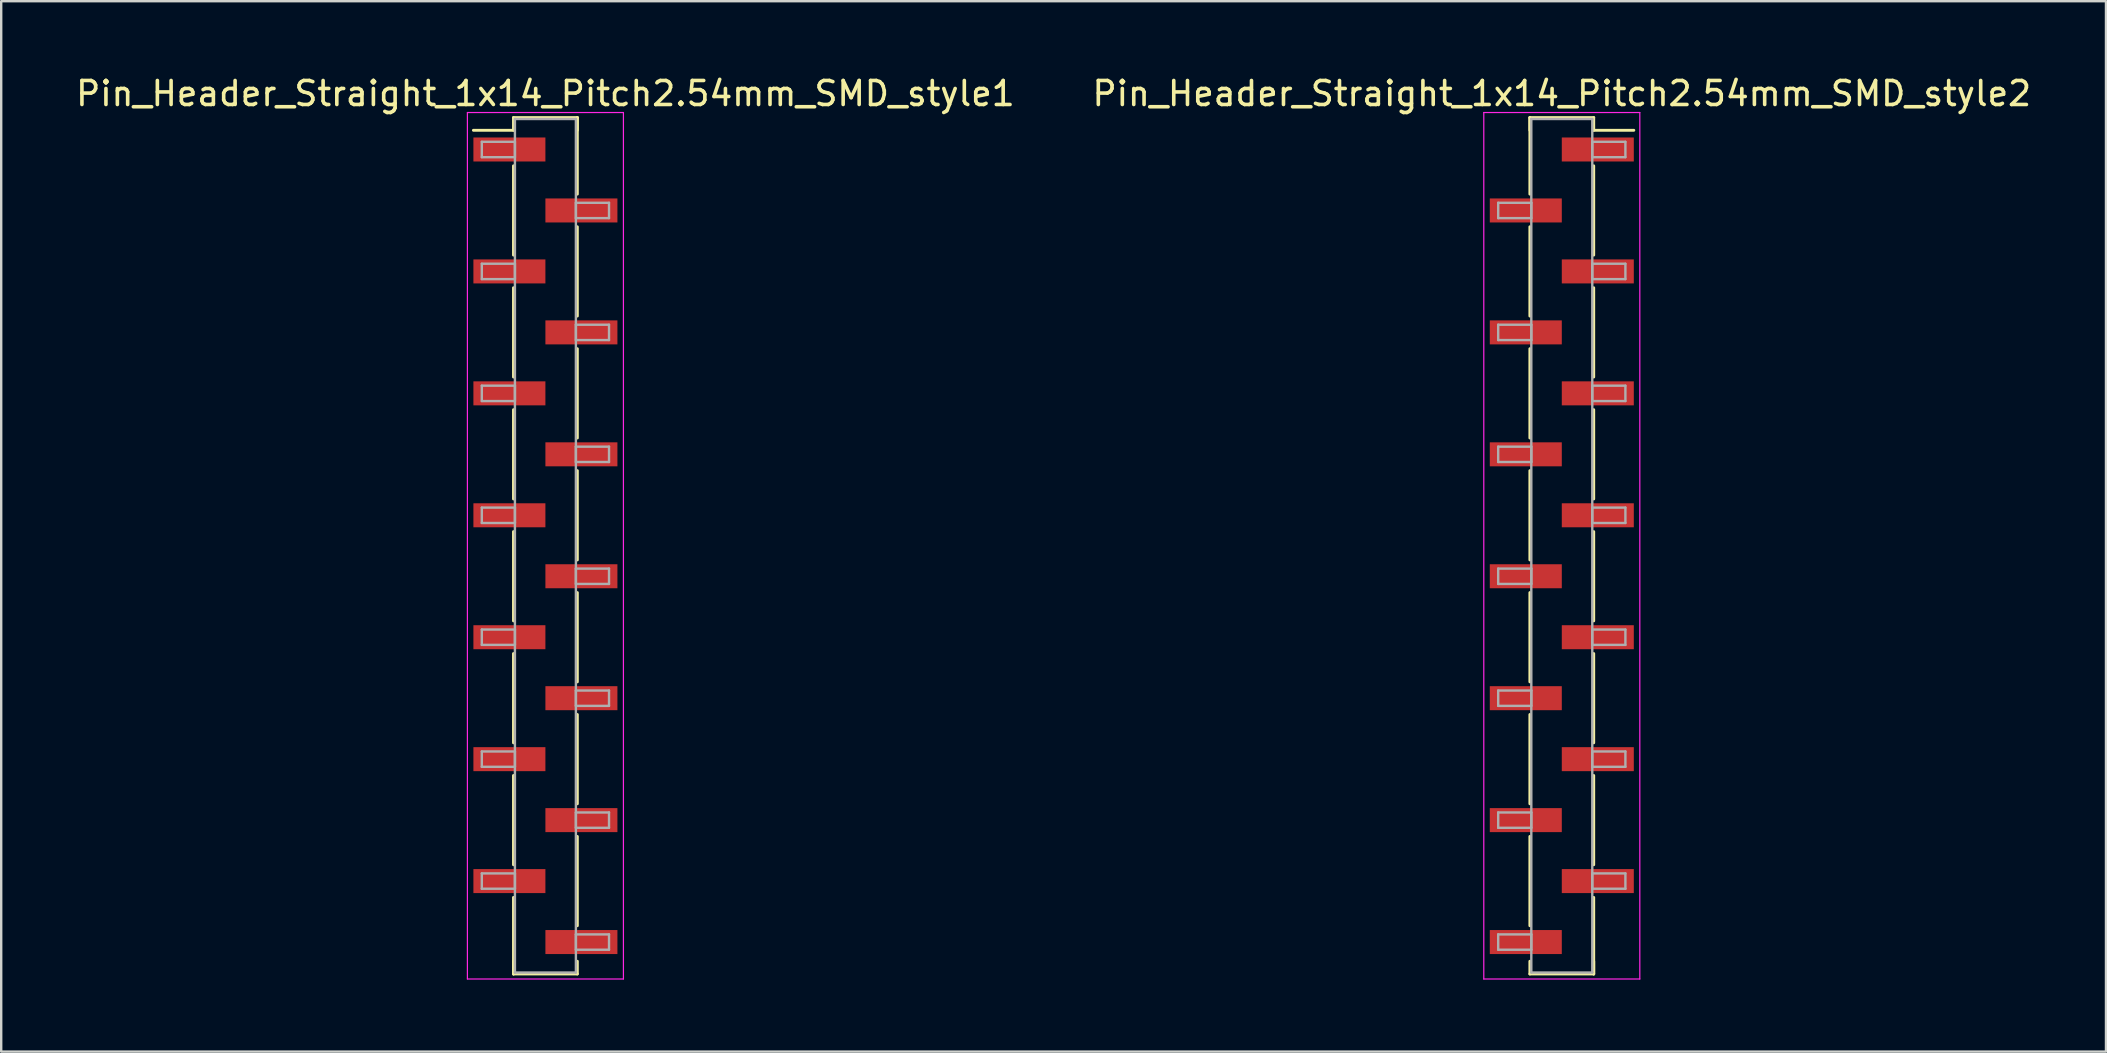
<source format=kicad_pcb>
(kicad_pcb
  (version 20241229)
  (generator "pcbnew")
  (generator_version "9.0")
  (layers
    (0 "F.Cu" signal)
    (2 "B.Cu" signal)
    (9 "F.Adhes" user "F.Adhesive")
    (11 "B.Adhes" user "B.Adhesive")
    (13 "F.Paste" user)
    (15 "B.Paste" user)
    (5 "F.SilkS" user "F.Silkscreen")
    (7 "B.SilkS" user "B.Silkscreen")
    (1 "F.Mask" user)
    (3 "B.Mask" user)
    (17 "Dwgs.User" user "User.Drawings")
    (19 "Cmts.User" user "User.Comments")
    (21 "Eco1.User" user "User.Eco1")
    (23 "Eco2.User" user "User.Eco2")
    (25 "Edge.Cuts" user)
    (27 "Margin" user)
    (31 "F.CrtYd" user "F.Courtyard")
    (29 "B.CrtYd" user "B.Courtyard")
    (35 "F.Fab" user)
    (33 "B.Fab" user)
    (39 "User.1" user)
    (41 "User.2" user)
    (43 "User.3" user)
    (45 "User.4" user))
  (footprint "Pin_Header_Straight_1x14_Pitch2.54mm_SMD_style1"
    (layer "F.Cu")
    (at 19.673 19.688)
    (property "Reference" "Pin_Header_Straight_1x14_Pitch2.54mm_SMD_style1" (at 0 -18.84 0) (layer "F.SilkS") (effects (font (size 1 1) (thickness 0.15))))
    (attr smd)
    (fp_line (start -1.33 -17.84) (end 1.33 -17.84) (stroke (width 0.12) (type solid)) (layer "F.SilkS"))
    (fp_line (start -1.33 -17.31) (end -3 -17.31) (stroke (width 0.12) (type solid)) (layer "F.SilkS"))
    (fp_line (start -1.33 -17.31) (end -1.33 -17.84) (stroke (width 0.12) (type solid)) (layer "F.SilkS"))
    (fp_line (start -1.33 -15.83) (end -1.33 -12.11) (stroke (width 0.12) (type solid)) (layer "F.SilkS"))
    (fp_line (start -1.33 -10.75) (end -1.33 -7.03) (stroke (width 0.12) (type solid)) (layer "F.SilkS"))
    (fp_line (start -1.33 -5.67) (end -1.33 -1.95) (stroke (width 0.12) (type solid)) (layer "F.SilkS"))
    (fp_line (start -1.33 -0.59) (end -1.33 3.13) (stroke (width 0.12) (type solid)) (layer "F.SilkS"))
    (fp_line (start -1.33 4.49) (end -1.33 8.21) (stroke (width 0.12) (type solid)) (layer "F.SilkS"))
    (fp_line (start -1.33 9.57) (end -1.33 13.29) (stroke (width 0.12) (type solid)) (layer "F.SilkS"))
    (fp_line (start -1.33 14.65) (end -1.33 17.84) (stroke (width 0.12) (type solid)) (layer "F.SilkS"))
    (fp_line (start -1.33 17.31) (end -1.33 17.84) (stroke (width 0.12) (type solid)) (layer "F.SilkS"))
    (fp_line (start -1.33 17.84) (end 1.33 17.84) (stroke (width 0.12) (type solid)) (layer "F.SilkS"))
    (fp_line (start 1.33 -17.84) (end 1.33 -17.31) (stroke (width 0.12) (type solid)) (layer "F.SilkS"))
    (fp_line (start 1.33 -17.84) (end 1.33 -14.65) (stroke (width 0.12) (type solid)) (layer "F.SilkS"))
    (fp_line (start 1.33 -13.29) (end 1.33 -9.57) (stroke (width 0.12) (type solid)) (layer "F.SilkS"))
    (fp_line (start 1.33 -8.21) (end 1.33 -4.49) (stroke (width 0.12) (type solid)) (layer "F.SilkS"))
    (fp_line (start 1.33 -3.13) (end 1.33 0.59) (stroke (width 0.12) (type solid)) (layer "F.SilkS"))
    (fp_line (start 1.33 1.95) (end 1.33 5.67) (stroke (width 0.12) (type solid)) (layer "F.SilkS"))
    (fp_line (start 1.33 7.03) (end 1.33 10.75) (stroke (width 0.12) (type solid)) (layer "F.SilkS"))
    (fp_line (start 1.33 12.11) (end 1.33 15.83) (stroke (width 0.12) (type solid)) (layer "F.SilkS"))
    (fp_line (start 1.33 17.84) (end 1.33 17.31) (stroke (width 0.12) (type solid)) (layer "F.SilkS"))
    (fp_line (start -3.25 -18.05) (end -3.25 18.05) (stroke (width 0.05) (type solid)) (layer "F.CrtYd"))
    (fp_line (start -3.25 18.05) (end 3.25 18.05) (stroke (width 0.05) (type solid)) (layer "F.CrtYd"))
    (fp_line (start 3.25 -18.05) (end -3.25 -18.05) (stroke (width 0.05) (type solid)) (layer "F.CrtYd"))
    (fp_line (start 3.25 18.05) (end 3.25 -18.05) (stroke (width 0.05) (type solid)) (layer "F.CrtYd"))
    (fp_line (start -2.65 -16.83) (end -1.27 -16.83) (stroke (width 0.1) (type solid)) (layer "F.Fab"))
    (fp_line (start -2.65 -16.19) (end -2.65 -16.83) (stroke (width 0.1) (type solid)) (layer "F.Fab"))
    (fp_line (start -2.65 -11.75) (end -1.27 -11.75) (stroke (width 0.1) (type solid)) (layer "F.Fab"))
    (fp_line (start -2.65 -11.11) (end -2.65 -11.75) (stroke (width 0.1) (type solid)) (layer "F.Fab"))
    (fp_line (start -2.65 -6.67) (end -1.27 -6.67) (stroke (width 0.1) (type solid)) (layer "F.Fab"))
    (fp_line (start -2.65 -6.03) (end -2.65 -6.67) (stroke (width 0.1) (type solid)) (layer "F.Fab"))
    (fp_line (start -2.65 -1.59) (end -1.27 -1.59) (stroke (width 0.1) (type solid)) (layer "F.Fab"))
    (fp_line (start -2.65 -0.95) (end -2.65 -1.59) (stroke (width 0.1) (type solid)) (layer "F.Fab"))
    (fp_line (start -2.65 3.49) (end -1.27 3.49) (stroke (width 0.1) (type solid)) (layer "F.Fab"))
    (fp_line (start -2.65 4.13) (end -2.65 3.49) (stroke (width 0.1) (type solid)) (layer "F.Fab"))
    (fp_line (start -2.65 8.57) (end -1.27 8.57) (stroke (width 0.1) (type solid)) (layer "F.Fab"))
    (fp_line (start -2.65 9.21) (end -2.65 8.57) (stroke (width 0.1) (type solid)) (layer "F.Fab"))
    (fp_line (start -2.65 13.65) (end -1.27 13.65) (stroke (width 0.1) (type solid)) (layer "F.Fab"))
    (fp_line (start -2.65 14.29) (end -2.65 13.65) (stroke (width 0.1) (type solid)) (layer "F.Fab"))
    (fp_line (start -1.27 -17.78) (end -1.27 17.78) (stroke (width 0.1) (type solid)) (layer "F.Fab"))
    (fp_line (start -1.27 -16.83) (end -1.27 -16.19) (stroke (width 0.1) (type solid)) (layer "F.Fab"))
    (fp_line (start -1.27 -16.19) (end -2.65 -16.19) (stroke (width 0.1) (type solid)) (layer "F.Fab"))
    (fp_line (start -1.27 -11.75) (end -1.27 -11.11) (stroke (width 0.1) (type solid)) (layer "F.Fab"))
    (fp_line (start -1.27 -11.11) (end -2.65 -11.11) (stroke (width 0.1) (type solid)) (layer "F.Fab"))
    (fp_line (start -1.27 -6.67) (end -1.27 -6.03) (stroke (width 0.1) (type solid)) (layer "F.Fab"))
    (fp_line (start -1.27 -6.03) (end -2.65 -6.03) (stroke (width 0.1) (type solid)) (layer "F.Fab"))
    (fp_line (start -1.27 -1.59) (end -1.27 -0.95) (stroke (width 0.1) (type solid)) (layer "F.Fab"))
    (fp_line (start -1.27 -0.95) (end -2.65 -0.95) (stroke (width 0.1) (type solid)) (layer "F.Fab"))
    (fp_line (start -1.27 3.49) (end -1.27 4.13) (stroke (width 0.1) (type solid)) (layer "F.Fab"))
    (fp_line (start -1.27 4.13) (end -2.65 4.13) (stroke (width 0.1) (type solid)) (layer "F.Fab"))
    (fp_line (start -1.27 8.57) (end -1.27 9.21) (stroke (width 0.1) (type solid)) (layer "F.Fab"))
    (fp_line (start -1.27 9.21) (end -2.65 9.21) (stroke (width 0.1) (type solid)) (layer "F.Fab"))
    (fp_line (start -1.27 13.65) (end -1.27 14.29) (stroke (width 0.1) (type solid)) (layer "F.Fab"))
    (fp_line (start -1.27 14.29) (end -2.65 14.29) (stroke (width 0.1) (type solid)) (layer "F.Fab"))
    (fp_line (start -1.27 17.78) (end 1.27 17.78) (stroke (width 0.1) (type solid)) (layer "F.Fab"))
    (fp_line (start 1.27 -17.78) (end -1.27 -17.78) (stroke (width 0.1) (type solid)) (layer "F.Fab"))
    (fp_line (start 1.27 -14.29) (end 1.27 -13.65) (stroke (width 0.1) (type solid)) (layer "F.Fab"))
    (fp_line (start 1.27 -13.65) (end 2.65 -13.65) (stroke (width 0.1) (type solid)) (layer "F.Fab"))
    (fp_line (start 1.27 -9.21) (end 1.27 -8.57) (stroke (width 0.1) (type solid)) (layer "F.Fab"))
    (fp_line (start 1.27 -8.57) (end 2.65 -8.57) (stroke (width 0.1) (type solid)) (layer "F.Fab"))
    (fp_line (start 1.27 -4.13) (end 1.27 -3.49) (stroke (width 0.1) (type solid)) (layer "F.Fab"))
    (fp_line (start 1.27 -3.49) (end 2.65 -3.49) (stroke (width 0.1) (type solid)) (layer "F.Fab"))
    (fp_line (start 1.27 0.95) (end 1.27 1.59) (stroke (width 0.1) (type solid)) (layer "F.Fab"))
    (fp_line (start 1.27 1.59) (end 2.65 1.59) (stroke (width 0.1) (type solid)) (layer "F.Fab"))
    (fp_line (start 1.27 6.03) (end 1.27 6.67) (stroke (width 0.1) (type solid)) (layer "F.Fab"))
    (fp_line (start 1.27 6.67) (end 2.65 6.67) (stroke (width 0.1) (type solid)) (layer "F.Fab"))
    (fp_line (start 1.27 11.11) (end 1.27 11.75) (stroke (width 0.1) (type solid)) (layer "F.Fab"))
    (fp_line (start 1.27 11.75) (end 2.65 11.75) (stroke (width 0.1) (type solid)) (layer "F.Fab"))
    (fp_line (start 1.27 16.19) (end 1.27 16.83) (stroke (width 0.1) (type solid)) (layer "F.Fab"))
    (fp_line (start 1.27 16.83) (end 2.65 16.83) (stroke (width 0.1) (type solid)) (layer "F.Fab"))
    (fp_line (start 1.27 17.78) (end 1.27 -17.78) (stroke (width 0.1) (type solid)) (layer "F.Fab"))
    (fp_line (start 2.65 -14.29) (end 1.27 -14.29) (stroke (width 0.1) (type solid)) (layer "F.Fab"))
    (fp_line (start 2.65 -13.65) (end 2.65 -14.29) (stroke (width 0.1) (type solid)) (layer "F.Fab"))
    (fp_line (start 2.65 -9.21) (end 1.27 -9.21) (stroke (width 0.1) (type solid)) (layer "F.Fab"))
    (fp_line (start 2.65 -8.57) (end 2.65 -9.21) (stroke (width 0.1) (type solid)) (layer "F.Fab"))
    (fp_line (start 2.65 -4.13) (end 1.27 -4.13) (stroke (width 0.1) (type solid)) (layer "F.Fab"))
    (fp_line (start 2.65 -3.49) (end 2.65 -4.13) (stroke (width 0.1) (type solid)) (layer "F.Fab"))
    (fp_line (start 2.65 0.95) (end 1.27 0.95) (stroke (width 0.1) (type solid)) (layer "F.Fab"))
    (fp_line (start 2.65 1.59) (end 2.65 0.95) (stroke (width 0.1) (type solid)) (layer "F.Fab"))
    (fp_line (start 2.65 6.03) (end 1.27 6.03) (stroke (width 0.1) (type solid)) (layer "F.Fab"))
    (fp_line (start 2.65 6.67) (end 2.65 6.03) (stroke (width 0.1) (type solid)) (layer "F.Fab"))
    (fp_line (start 2.65 11.11) (end 1.27 11.11) (stroke (width 0.1) (type solid)) (layer "F.Fab"))
    (fp_line (start 2.65 11.75) (end 2.65 11.11) (stroke (width 0.1) (type solid)) (layer "F.Fab"))
    (fp_line (start 2.65 16.19) (end 1.27 16.19) (stroke (width 0.1) (type solid)) (layer "F.Fab"))
    (fp_line (start 2.65 16.83) (end 2.65 16.19) (stroke (width 0.1) (type solid)) (layer "F.Fab"))
    (pad "1" smd rect (at -1.5 -16.51) (size 3 1) (layers "F.Cu" "F.Mask"))
    (pad "2" smd rect (at 1.5 -13.97) (size 3 1) (layers "F.Cu" "F.Mask"))
    (pad "3" smd rect (at -1.5 -11.43) (size 3 1) (layers "F.Cu" "F.Mask"))
    (pad "4" smd rect (at 1.5 -8.89) (size 3 1) (layers "F.Cu" "F.Mask"))
    (pad "5" smd rect (at -1.5 -6.35) (size 3 1) (layers "F.Cu" "F.Mask"))
    (pad "6" smd rect (at 1.5 -3.81) (size 3 1) (layers "F.Cu" "F.Mask"))
    (pad "7" smd rect (at -1.5 -1.27) (size 3 1) (layers "F.Cu" "F.Mask"))
    (pad "8" smd rect (at 1.5 1.27) (size 3 1) (layers "F.Cu" "F.Mask"))
    (pad "9" smd rect (at -1.5 3.81) (size 3 1) (layers "F.Cu" "F.Mask"))
    (pad "10" smd rect (at 1.5 6.35) (size 3 1) (layers "F.Cu" "F.Mask"))
    (pad "11" smd rect (at -1.5 8.89) (size 3 1) (layers "F.Cu" "F.Mask"))
    (pad "12" smd rect (at 1.5 11.43) (size 3 1) (layers "F.Cu" "F.Mask"))
    (pad "13" smd rect (at -1.5 13.97) (size 3 1) (layers "F.Cu" "F.Mask"))
    (pad "14" smd rect (at 1.5 16.51) (size 3 1) (layers "F.Cu" "F.Mask")))
  (footprint "Pin_Header_Straight_1x14_Pitch2.54mm_SMD_style2"
    (layer "F.Cu")
    (at 62.018 19.688)
    (property "Reference" "Pin_Header_Straight_1x14_Pitch2.54mm_SMD_style2" (at 0 -18.84 0) (layer "F.SilkS") (effects (font (size 1 1) (thickness 0.15))))
    (attr smd)
    (fp_line (start -1.33 -17.84) (end -1.33 -14.65) (stroke (width 0.12) (type solid)) (layer "F.SilkS"))
    (fp_line (start -1.33 -17.84) (end 1.33 -17.84) (stroke (width 0.12) (type solid)) (layer "F.SilkS"))
    (fp_line (start -1.33 -17.31) (end -1.33 -17.84) (stroke (width 0.12) (type solid)) (layer "F.SilkS"))
    (fp_line (start -1.33 -13.29) (end -1.33 -9.57) (stroke (width 0.12) (type solid)) (layer "F.SilkS"))
    (fp_line (start -1.33 -8.21) (end -1.33 -4.49) (stroke (width 0.12) (type solid)) (layer "F.SilkS"))
    (fp_line (start -1.33 -3.13) (end -1.33 0.59) (stroke (width 0.12) (type solid)) (layer "F.SilkS"))
    (fp_line (start -1.33 1.95) (end -1.33 5.67) (stroke (width 0.12) (type solid)) (layer "F.SilkS"))
    (fp_line (start -1.33 7.03) (end -1.33 10.75) (stroke (width 0.12) (type solid)) (layer "F.SilkS"))
    (fp_line (start -1.33 12.11) (end -1.33 15.83) (stroke (width 0.12) (type solid)) (layer "F.SilkS"))
    (fp_line (start -1.33 17.31) (end -1.33 17.84) (stroke (width 0.12) (type solid)) (layer "F.SilkS"))
    (fp_line (start -1.33 17.84) (end 1.33 17.84) (stroke (width 0.12) (type solid)) (layer "F.SilkS"))
    (fp_line (start 1.33 -17.84) (end 1.33 -17.31) (stroke (width 0.12) (type solid)) (layer "F.SilkS"))
    (fp_line (start 1.33 -17.31) (end 3 -17.31) (stroke (width 0.12) (type solid)) (layer "F.SilkS"))
    (fp_line (start 1.33 -15.83) (end 1.33 -12.11) (stroke (width 0.12) (type solid)) (layer "F.SilkS"))
    (fp_line (start 1.33 -10.75) (end 1.33 -7.03) (stroke (width 0.12) (type solid)) (layer "F.SilkS"))
    (fp_line (start 1.33 -5.67) (end 1.33 -1.95) (stroke (width 0.12) (type solid)) (layer "F.SilkS"))
    (fp_line (start 1.33 -0.59) (end 1.33 3.13) (stroke (width 0.12) (type solid)) (layer "F.SilkS"))
    (fp_line (start 1.33 4.49) (end 1.33 8.21) (stroke (width 0.12) (type solid)) (layer "F.SilkS"))
    (fp_line (start 1.33 9.57) (end 1.33 13.29) (stroke (width 0.12) (type solid)) (layer "F.SilkS"))
    (fp_line (start 1.33 14.65) (end 1.33 17.84) (stroke (width 0.12) (type solid)) (layer "F.SilkS"))
    (fp_line (start 1.33 17.84) (end 1.33 17.31) (stroke (width 0.12) (type solid)) (layer "F.SilkS"))
    (fp_line (start -3.25 -18.05) (end -3.25 18.05) (stroke (width 0.05) (type solid)) (layer "F.CrtYd"))
    (fp_line (start -3.25 18.05) (end 3.25 18.05) (stroke (width 0.05) (type solid)) (layer "F.CrtYd"))
    (fp_line (start 3.25 -18.05) (end -3.25 -18.05) (stroke (width 0.05) (type solid)) (layer "F.CrtYd"))
    (fp_line (start 3.25 18.05) (end 3.25 -18.05) (stroke (width 0.05) (type solid)) (layer "F.CrtYd"))
    (fp_line (start -2.65 -14.29) (end -1.27 -14.29) (stroke (width 0.1) (type solid)) (layer "F.Fab"))
    (fp_line (start -2.65 -13.65) (end -2.65 -14.29) (stroke (width 0.1) (type solid)) (layer "F.Fab"))
    (fp_line (start -2.65 -9.21) (end -1.27 -9.21) (stroke (width 0.1) (type solid)) (layer "F.Fab"))
    (fp_line (start -2.65 -8.57) (end -2.65 -9.21) (stroke (width 0.1) (type solid)) (layer "F.Fab"))
    (fp_line (start -2.65 -4.13) (end -1.27 -4.13) (stroke (width 0.1) (type solid)) (layer "F.Fab"))
    (fp_line (start -2.65 -3.49) (end -2.65 -4.13) (stroke (width 0.1) (type solid)) (layer "F.Fab"))
    (fp_line (start -2.65 0.95) (end -1.27 0.95) (stroke (width 0.1) (type solid)) (layer "F.Fab"))
    (fp_line (start -2.65 1.59) (end -2.65 0.95) (stroke (width 0.1) (type solid)) (layer "F.Fab"))
    (fp_line (start -2.65 6.03) (end -1.27 6.03) (stroke (width 0.1) (type solid)) (layer "F.Fab"))
    (fp_line (start -2.65 6.67) (end -2.65 6.03) (stroke (width 0.1) (type solid)) (layer "F.Fab"))
    (fp_line (start -2.65 11.11) (end -1.27 11.11) (stroke (width 0.1) (type solid)) (layer "F.Fab"))
    (fp_line (start -2.65 11.75) (end -2.65 11.11) (stroke (width 0.1) (type solid)) (layer "F.Fab"))
    (fp_line (start -2.65 16.19) (end -1.27 16.19) (stroke (width 0.1) (type solid)) (layer "F.Fab"))
    (fp_line (start -2.65 16.83) (end -2.65 16.19) (stroke (width 0.1) (type solid)) (layer "F.Fab"))
    (fp_line (start -1.27 -17.78) (end -1.27 17.78) (stroke (width 0.1) (type solid)) (layer "F.Fab"))
    (fp_line (start -1.27 -14.29) (end -1.27 -13.65) (stroke (width 0.1) (type solid)) (layer "F.Fab"))
    (fp_line (start -1.27 -13.65) (end -2.65 -13.65) (stroke (width 0.1) (type solid)) (layer "F.Fab"))
    (fp_line (start -1.27 -9.21) (end -1.27 -8.57) (stroke (width 0.1) (type solid)) (layer "F.Fab"))
    (fp_line (start -1.27 -8.57) (end -2.65 -8.57) (stroke (width 0.1) (type solid)) (layer "F.Fab"))
    (fp_line (start -1.27 -4.13) (end -1.27 -3.49) (stroke (width 0.1) (type solid)) (layer "F.Fab"))
    (fp_line (start -1.27 -3.49) (end -2.65 -3.49) (stroke (width 0.1) (type solid)) (layer "F.Fab"))
    (fp_line (start -1.27 0.95) (end -1.27 1.59) (stroke (width 0.1) (type solid)) (layer "F.Fab"))
    (fp_line (start -1.27 1.59) (end -2.65 1.59) (stroke (width 0.1) (type solid)) (layer "F.Fab"))
    (fp_line (start -1.27 6.03) (end -1.27 6.67) (stroke (width 0.1) (type solid)) (layer "F.Fab"))
    (fp_line (start -1.27 6.67) (end -2.65 6.67) (stroke (width 0.1) (type solid)) (layer "F.Fab"))
    (fp_line (start -1.27 11.11) (end -1.27 11.75) (stroke (width 0.1) (type solid)) (layer "F.Fab"))
    (fp_line (start -1.27 11.75) (end -2.65 11.75) (stroke (width 0.1) (type solid)) (layer "F.Fab"))
    (fp_line (start -1.27 16.19) (end -1.27 16.83) (stroke (width 0.1) (type solid)) (layer "F.Fab"))
    (fp_line (start -1.27 16.83) (end -2.65 16.83) (stroke (width 0.1) (type solid)) (layer "F.Fab"))
    (fp_line (start -1.27 17.78) (end 1.27 17.78) (stroke (width 0.1) (type solid)) (layer "F.Fab"))
    (fp_line (start 1.27 -17.78) (end -1.27 -17.78) (stroke (width 0.1) (type solid)) (layer "F.Fab"))
    (fp_line (start 1.27 -16.83) (end 1.27 -16.19) (stroke (width 0.1) (type solid)) (layer "F.Fab"))
    (fp_line (start 1.27 -16.19) (end 2.65 -16.19) (stroke (width 0.1) (type solid)) (layer "F.Fab"))
    (fp_line (start 1.27 -11.75) (end 1.27 -11.11) (stroke (width 0.1) (type solid)) (layer "F.Fab"))
    (fp_line (start 1.27 -11.11) (end 2.65 -11.11) (stroke (width 0.1) (type solid)) (layer "F.Fab"))
    (fp_line (start 1.27 -6.67) (end 1.27 -6.03) (stroke (width 0.1) (type solid)) (layer "F.Fab"))
    (fp_line (start 1.27 -6.03) (end 2.65 -6.03) (stroke (width 0.1) (type solid)) (layer "F.Fab"))
    (fp_line (start 1.27 -1.59) (end 1.27 -0.95) (stroke (width 0.1) (type solid)) (layer "F.Fab"))
    (fp_line (start 1.27 -0.95) (end 2.65 -0.95) (stroke (width 0.1) (type solid)) (layer "F.Fab"))
    (fp_line (start 1.27 3.49) (end 1.27 4.13) (stroke (width 0.1) (type solid)) (layer "F.Fab"))
    (fp_line (start 1.27 4.13) (end 2.65 4.13) (stroke (width 0.1) (type solid)) (layer "F.Fab"))
    (fp_line (start 1.27 8.57) (end 1.27 9.21) (stroke (width 0.1) (type solid)) (layer "F.Fab"))
    (fp_line (start 1.27 9.21) (end 2.65 9.21) (stroke (width 0.1) (type solid)) (layer "F.Fab"))
    (fp_line (start 1.27 13.65) (end 1.27 14.29) (stroke (width 0.1) (type solid)) (layer "F.Fab"))
    (fp_line (start 1.27 14.29) (end 2.65 14.29) (stroke (width 0.1) (type solid)) (layer "F.Fab"))
    (fp_line (start 1.27 17.78) (end 1.27 -17.78) (stroke (width 0.1) (type solid)) (layer "F.Fab"))
    (fp_line (start 2.65 -16.83) (end 1.27 -16.83) (stroke (width 0.1) (type solid)) (layer "F.Fab"))
    (fp_line (start 2.65 -16.19) (end 2.65 -16.83) (stroke (width 0.1) (type solid)) (layer "F.Fab"))
    (fp_line (start 2.65 -11.75) (end 1.27 -11.75) (stroke (width 0.1) (type solid)) (layer "F.Fab"))
    (fp_line (start 2.65 -11.11) (end 2.65 -11.75) (stroke (width 0.1) (type solid)) (layer "F.Fab"))
    (fp_line (start 2.65 -6.67) (end 1.27 -6.67) (stroke (width 0.1) (type solid)) (layer "F.Fab"))
    (fp_line (start 2.65 -6.03) (end 2.65 -6.67) (stroke (width 0.1) (type solid)) (layer "F.Fab"))
    (fp_line (start 2.65 -1.59) (end 1.27 -1.59) (stroke (width 0.1) (type solid)) (layer "F.Fab"))
    (fp_line (start 2.65 -0.95) (end 2.65 -1.59) (stroke (width 0.1) (type solid)) (layer "F.Fab"))
    (fp_line (start 2.65 3.49) (end 1.27 3.49) (stroke (width 0.1) (type solid)) (layer "F.Fab"))
    (fp_line (start 2.65 4.13) (end 2.65 3.49) (stroke (width 0.1) (type solid)) (layer "F.Fab"))
    (fp_line (start 2.65 8.57) (end 1.27 8.57) (stroke (width 0.1) (type solid)) (layer "F.Fab"))
    (fp_line (start 2.65 9.21) (end 2.65 8.57) (stroke (width 0.1) (type solid)) (layer "F.Fab"))
    (fp_line (start 2.65 13.65) (end 1.27 13.65) (stroke (width 0.1) (type solid)) (layer "F.Fab"))
    (fp_line (start 2.65 14.29) (end 2.65 13.65) (stroke (width 0.1) (type solid)) (layer "F.Fab"))
    (pad "1" smd rect (at 1.5 -16.51) (size 3 1) (layers "F.Cu" "F.Mask"))
    (pad "2" smd rect (at -1.5 -13.97) (size 3 1) (layers "F.Cu" "F.Mask"))
    (pad "3" smd rect (at 1.5 -11.43) (size 3 1) (layers "F.Cu" "F.Mask"))
    (pad "4" smd rect (at -1.5 -8.89) (size 3 1) (layers "F.Cu" "F.Mask"))
    (pad "5" smd rect (at 1.5 -6.35) (size 3 1) (layers "F.Cu" "F.Mask"))
    (pad "6" smd rect (at -1.5 -3.81) (size 3 1) (layers "F.Cu" "F.Mask"))
    (pad "7" smd rect (at 1.5 -1.27) (size 3 1) (layers "F.Cu" "F.Mask"))
    (pad "8" smd rect (at -1.5 1.27) (size 3 1) (layers "F.Cu" "F.Mask"))
    (pad "9" smd rect (at 1.5 3.81) (size 3 1) (layers "F.Cu" "F.Mask"))
    (pad "10" smd rect (at -1.5 6.35) (size 3 1) (layers "F.Cu" "F.Mask"))
    (pad "11" smd rect (at 1.5 8.89) (size 3 1) (layers "F.Cu" "F.Mask"))
    (pad "12" smd rect (at -1.5 11.43) (size 3 1) (layers "F.Cu" "F.Mask"))
    (pad "13" smd rect (at 1.5 13.97) (size 3 1) (layers "F.Cu" "F.Mask"))
    (pad "14" smd rect (at -1.5 16.51) (size 3 1) (layers "F.Cu" "F.Mask")))
  (gr_rect
    (start -3 -3)
    (end 84.69 40.763)
    (stroke (width 0.1) (type default))
    (fill no)
    (layer "Edge.Cuts")))
</source>
